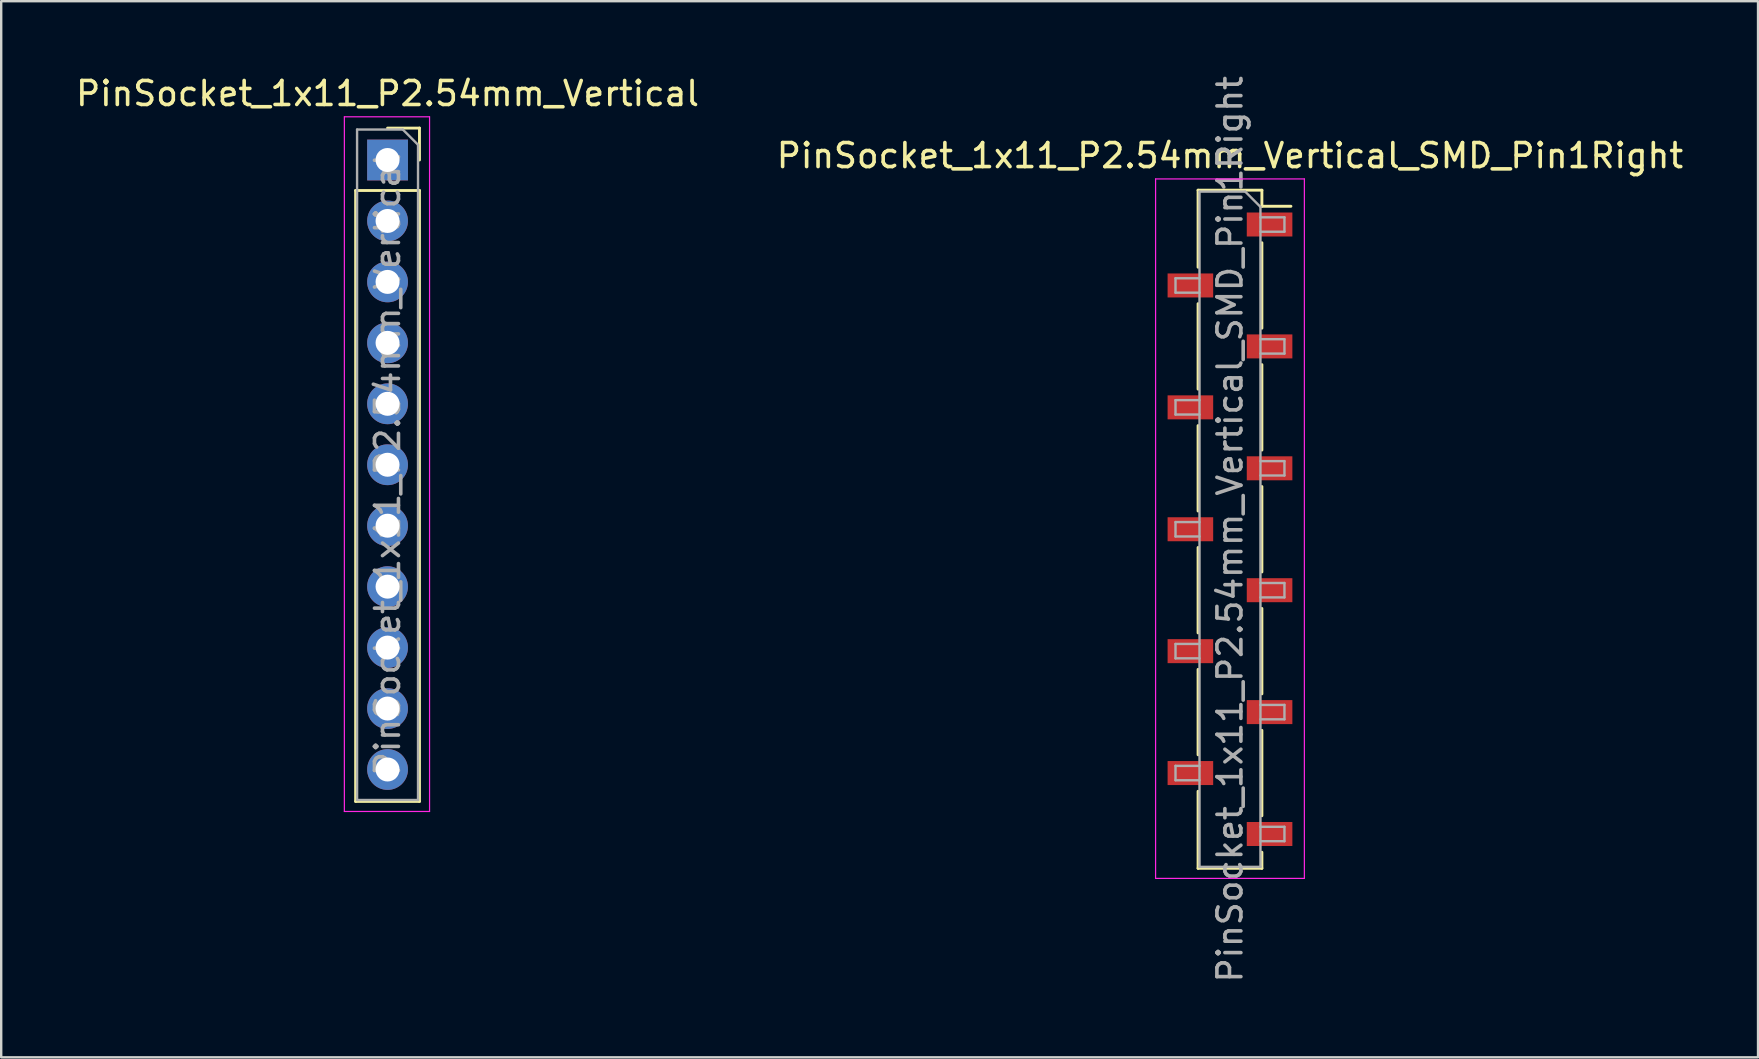
<source format=kicad_pcb>
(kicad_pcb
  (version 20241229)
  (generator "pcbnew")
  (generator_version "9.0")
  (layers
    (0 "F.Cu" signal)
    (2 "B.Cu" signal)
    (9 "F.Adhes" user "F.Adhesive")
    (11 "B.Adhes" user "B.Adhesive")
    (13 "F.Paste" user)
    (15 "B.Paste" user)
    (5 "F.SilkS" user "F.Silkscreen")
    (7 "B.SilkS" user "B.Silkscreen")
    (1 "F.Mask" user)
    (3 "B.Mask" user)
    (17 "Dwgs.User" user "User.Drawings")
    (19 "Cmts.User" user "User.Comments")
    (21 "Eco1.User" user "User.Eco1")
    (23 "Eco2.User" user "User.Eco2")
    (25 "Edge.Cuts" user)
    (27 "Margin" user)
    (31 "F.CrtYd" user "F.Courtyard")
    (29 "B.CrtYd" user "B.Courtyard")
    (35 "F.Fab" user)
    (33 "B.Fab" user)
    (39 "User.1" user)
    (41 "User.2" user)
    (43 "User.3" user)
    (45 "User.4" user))
  (footprint "PinSocket_1x11_P2.54mm_Vertical"
    (layer "F.Cu")
    (at 13.101 3.618)
    (property "Reference" "PinSocket_1x11_P2.54mm_Vertical" (at 0 -2.77 0) (layer "F.SilkS") (effects (font (size 1 1) (thickness 0.15))))
    (attr through_hole)
    (fp_line (start -1.33 1.27) (end -1.33 26.73) (stroke (width 0.12) (type solid)) (layer "F.SilkS"))
    (fp_line (start -1.33 1.27) (end 1.33 1.27) (stroke (width 0.12) (type solid)) (layer "F.SilkS"))
    (fp_line (start -1.33 26.73) (end 1.33 26.73) (stroke (width 0.12) (type solid)) (layer "F.SilkS"))
    (fp_line (start 0 -1.33) (end 1.33 -1.33) (stroke (width 0.12) (type solid)) (layer "F.SilkS"))
    (fp_line (start 1.33 -1.33) (end 1.33 0) (stroke (width 0.12) (type solid)) (layer "F.SilkS"))
    (fp_line (start 1.33 1.27) (end 1.33 26.73) (stroke (width 0.12) (type solid)) (layer "F.SilkS"))
    (fp_line (start -1.8 -1.8) (end 1.75 -1.8) (stroke (width 0.05) (type solid)) (layer "F.CrtYd"))
    (fp_line (start -1.8 27.15) (end -1.8 -1.8) (stroke (width 0.05) (type solid)) (layer "F.CrtYd"))
    (fp_line (start 1.75 -1.8) (end 1.75 27.15) (stroke (width 0.05) (type solid)) (layer "F.CrtYd"))
    (fp_line (start 1.75 27.15) (end -1.8 27.15) (stroke (width 0.05) (type solid)) (layer "F.CrtYd"))
    (fp_line (start -1.27 -1.27) (end 0.635 -1.27) (stroke (width 0.1) (type solid)) (layer "F.Fab"))
    (fp_line (start -1.27 26.67) (end -1.27 -1.27) (stroke (width 0.1) (type solid)) (layer "F.Fab"))
    (fp_line (start 0.635 -1.27) (end 1.27 -0.635) (stroke (width 0.1) (type solid)) (layer "F.Fab"))
    (fp_line (start 1.27 -0.635) (end 1.27 26.67) (stroke (width 0.1) (type solid)) (layer "F.Fab"))
    (fp_line (start 1.27 26.67) (end -1.27 26.67) (stroke (width 0.1) (type solid)) (layer "F.Fab"))
    (fp_text user "${REFERENCE}" (at 0 12.7 90) (layer "F.Fab") (effects (font (size 1 1) (thickness 0.15))))
    (pad "1" thru_hole rect (at 0 0) (size 1.7 1.7) (drill 1) (layers "*.Cu" "*.Mask"))
    (pad "2" thru_hole oval (at 0 2.54) (size 1.7 1.7) (drill 1) (layers "*.Cu" "*.Mask"))
    (pad "3" thru_hole oval (at 0 5.08) (size 1.7 1.7) (drill 1) (layers "*.Cu" "*.Mask"))
    (pad "4" thru_hole oval (at 0 7.62) (size 1.7 1.7) (drill 1) (layers "*.Cu" "*.Mask"))
    (pad "5" thru_hole oval (at 0 10.16) (size 1.7 1.7) (drill 1) (layers "*.Cu" "*.Mask"))
    (pad "6" thru_hole oval (at 0 12.7) (size 1.7 1.7) (drill 1) (layers "*.Cu" "*.Mask"))
    (pad "7" thru_hole oval (at 0 15.24) (size 1.7 1.7) (drill 1) (layers "*.Cu" "*.Mask"))
    (pad "8" thru_hole oval (at 0 17.78) (size 1.7 1.7) (drill 1) (layers "*.Cu" "*.Mask"))
    (pad "9" thru_hole oval (at 0 20.32) (size 1.7 1.7) (drill 1) (layers "*.Cu" "*.Mask"))
    (pad "10" thru_hole oval (at 0 22.86) (size 1.7 1.7) (drill 1) (layers "*.Cu" "*.Mask"))
    (pad "11" thru_hole oval (at 0 25.4) (size 1.7 1.7) (drill 1) (layers "*.Cu" "*.Mask")))
  (footprint "PinSocket_1x11_P2.54mm_Vertical_SMD_Pin1Right"
    (layer "F.Cu")
    (at 48.208 19.006)
    (property "Reference" "PinSocket_1x11_P2.54mm_Vertical_SMD_Pin1Right" (at 0 -15.57 0) (layer "F.SilkS") (effects (font (size 1 1) (thickness 0.15))))
    (attr smd)
    (fp_line (start -1.33 -14.13) (end -1.33 -10.92) (stroke (width 0.12) (type solid)) (layer "F.SilkS"))
    (fp_line (start -1.33 -14.13) (end 1.33 -14.13) (stroke (width 0.12) (type solid)) (layer "F.SilkS"))
    (fp_line (start -1.33 -9.4) (end -1.33 -5.84) (stroke (width 0.12) (type solid)) (layer "F.SilkS"))
    (fp_line (start -1.33 -4.32) (end -1.33 -0.76) (stroke (width 0.12) (type solid)) (layer "F.SilkS"))
    (fp_line (start -1.33 0.76) (end -1.33 4.32) (stroke (width 0.12) (type solid)) (layer "F.SilkS"))
    (fp_line (start -1.33 5.84) (end -1.33 9.4) (stroke (width 0.12) (type solid)) (layer "F.SilkS"))
    (fp_line (start -1.33 10.92) (end -1.33 14.13) (stroke (width 0.12) (type solid)) (layer "F.SilkS"))
    (fp_line (start -1.33 14.13) (end 1.33 14.13) (stroke (width 0.12) (type solid)) (layer "F.SilkS"))
    (fp_line (start 1.33 -14.13) (end 1.33 -13.46) (stroke (width 0.12) (type solid)) (layer "F.SilkS"))
    (fp_line (start 1.33 -13.46) (end 2.54 -13.46) (stroke (width 0.12) (type solid)) (layer "F.SilkS"))
    (fp_line (start 1.33 -11.94) (end 1.33 -8.38) (stroke (width 0.12) (type solid)) (layer "F.SilkS"))
    (fp_line (start 1.33 -6.86) (end 1.33 -3.3) (stroke (width 0.12) (type solid)) (layer "F.SilkS"))
    (fp_line (start 1.33 -1.78) (end 1.33 1.78) (stroke (width 0.12) (type solid)) (layer "F.SilkS"))
    (fp_line (start 1.33 3.3) (end 1.33 6.86) (stroke (width 0.12) (type solid)) (layer "F.SilkS"))
    (fp_line (start 1.33 8.38) (end 1.33 11.94) (stroke (width 0.12) (type solid)) (layer "F.SilkS"))
    (fp_line (start 1.33 13.46) (end 1.33 14.13) (stroke (width 0.12) (type solid)) (layer "F.SilkS"))
    (fp_line (start -3.1 -14.6) (end 3.1 -14.6) (stroke (width 0.05) (type solid)) (layer "F.CrtYd"))
    (fp_line (start -3.1 14.55) (end -3.1 -14.6) (stroke (width 0.05) (type solid)) (layer "F.CrtYd"))
    (fp_line (start 3.1 -14.6) (end 3.1 14.55) (stroke (width 0.05) (type solid)) (layer "F.CrtYd"))
    (fp_line (start 3.1 14.55) (end -3.1 14.55) (stroke (width 0.05) (type solid)) (layer "F.CrtYd"))
    (fp_line (start -2.27 -10.46) (end -1.27 -10.46) (stroke (width 0.1) (type solid)) (layer "F.Fab"))
    (fp_line (start -2.27 -9.86) (end -2.27 -10.46) (stroke (width 0.1) (type solid)) (layer "F.Fab"))
    (fp_line (start -2.27 -5.38) (end -1.27 -5.38) (stroke (width 0.1) (type solid)) (layer "F.Fab"))
    (fp_line (start -2.27 -4.78) (end -2.27 -5.38) (stroke (width 0.1) (type solid)) (layer "F.Fab"))
    (fp_line (start -2.27 -0.3) (end -1.27 -0.3) (stroke (width 0.1) (type solid)) (layer "F.Fab"))
    (fp_line (start -2.27 0.3) (end -2.27 -0.3) (stroke (width 0.1) (type solid)) (layer "F.Fab"))
    (fp_line (start -2.27 4.78) (end -1.27 4.78) (stroke (width 0.1) (type solid)) (layer "F.Fab"))
    (fp_line (start -2.27 5.38) (end -2.27 4.78) (stroke (width 0.1) (type solid)) (layer "F.Fab"))
    (fp_line (start -2.27 9.86) (end -1.27 9.86) (stroke (width 0.1) (type solid)) (layer "F.Fab"))
    (fp_line (start -2.27 10.46) (end -2.27 9.86) (stroke (width 0.1) (type solid)) (layer "F.Fab"))
    (fp_line (start -1.27 -14.07) (end 0.635 -14.07) (stroke (width 0.1) (type solid)) (layer "F.Fab"))
    (fp_line (start -1.27 -9.86) (end -2.27 -9.86) (stroke (width 0.1) (type solid)) (layer "F.Fab"))
    (fp_line (start -1.27 -4.78) (end -2.27 -4.78) (stroke (width 0.1) (type solid)) (layer "F.Fab"))
    (fp_line (start -1.27 0.3) (end -2.27 0.3) (stroke (width 0.1) (type solid)) (layer "F.Fab"))
    (fp_line (start -1.27 5.38) (end -2.27 5.38) (stroke (width 0.1) (type solid)) (layer "F.Fab"))
    (fp_line (start -1.27 10.46) (end -2.27 10.46) (stroke (width 0.1) (type solid)) (layer "F.Fab"))
    (fp_line (start -1.27 14.07) (end -1.27 -14.07) (stroke (width 0.1) (type solid)) (layer "F.Fab"))
    (fp_line (start 0.635 -14.07) (end 1.27 -13.435) (stroke (width 0.1) (type solid)) (layer "F.Fab"))
    (fp_line (start 1.27 -13.435) (end 1.27 14.07) (stroke (width 0.1) (type solid)) (layer "F.Fab"))
    (fp_line (start 1.27 -13) (end 2.27 -13) (stroke (width 0.1) (type solid)) (layer "F.Fab"))
    (fp_line (start 1.27 -7.92) (end 2.27 -7.92) (stroke (width 0.1) (type solid)) (layer "F.Fab"))
    (fp_line (start 1.27 -2.84) (end 2.27 -2.84) (stroke (width 0.1) (type solid)) (layer "F.Fab"))
    (fp_line (start 1.27 2.24) (end 2.27 2.24) (stroke (width 0.1) (type solid)) (layer "F.Fab"))
    (fp_line (start 1.27 7.32) (end 2.27 7.32) (stroke (width 0.1) (type solid)) (layer "F.Fab"))
    (fp_line (start 1.27 12.4) (end 2.27 12.4) (stroke (width 0.1) (type solid)) (layer "F.Fab"))
    (fp_line (start 1.27 14.07) (end -1.27 14.07) (stroke (width 0.1) (type solid)) (layer "F.Fab"))
    (fp_line (start 2.27 -13) (end 2.27 -12.4) (stroke (width 0.1) (type solid)) (layer "F.Fab"))
    (fp_line (start 2.27 -12.4) (end 1.27 -12.4) (stroke (width 0.1) (type solid)) (layer "F.Fab"))
    (fp_line (start 2.27 -7.92) (end 2.27 -7.32) (stroke (width 0.1) (type solid)) (layer "F.Fab"))
    (fp_line (start 2.27 -7.32) (end 1.27 -7.32) (stroke (width 0.1) (type solid)) (layer "F.Fab"))
    (fp_line (start 2.27 -2.84) (end 2.27 -2.24) (stroke (width 0.1) (type solid)) (layer "F.Fab"))
    (fp_line (start 2.27 -2.24) (end 1.27 -2.24) (stroke (width 0.1) (type solid)) (layer "F.Fab"))
    (fp_line (start 2.27 2.24) (end 2.27 2.84) (stroke (width 0.1) (type solid)) (layer "F.Fab"))
    (fp_line (start 2.27 2.84) (end 1.27 2.84) (stroke (width 0.1) (type solid)) (layer "F.Fab"))
    (fp_line (start 2.27 7.32) (end 2.27 7.92) (stroke (width 0.1) (type solid)) (layer "F.Fab"))
    (fp_line (start 2.27 7.92) (end 1.27 7.92) (stroke (width 0.1) (type solid)) (layer "F.Fab"))
    (fp_line (start 2.27 12.4) (end 2.27 13) (stroke (width 0.1) (type solid)) (layer "F.Fab"))
    (fp_line (start 2.27 13) (end 1.27 13) (stroke (width 0.1) (type solid)) (layer "F.Fab"))
    (fp_text user "${REFERENCE}" (at 0 0 90) (layer "F.Fab") (effects (font (size 1 1) (thickness 0.15))))
    (pad "1" smd rect (at 1.65 -12.7) (size 1.9 1) (layers "F.Cu" "F.Mask" "F.Paste"))
    (pad "2" smd rect (at -1.65 -10.16) (size 1.9 1) (layers "F.Cu" "F.Mask" "F.Paste"))
    (pad "3" smd rect (at 1.65 -7.62) (size 1.9 1) (layers "F.Cu" "F.Mask" "F.Paste"))
    (pad "4" smd rect (at -1.65 -5.08) (size 1.9 1) (layers "F.Cu" "F.Mask" "F.Paste"))
    (pad "5" smd rect (at 1.65 -2.54) (size 1.9 1) (layers "F.Cu" "F.Mask" "F.Paste"))
    (pad "6" smd rect (at -1.65 0) (size 1.9 1) (layers "F.Cu" "F.Mask" "F.Paste"))
    (pad "7" smd rect (at 1.65 2.54) (size 1.9 1) (layers "F.Cu" "F.Mask" "F.Paste"))
    (pad "8" smd rect (at -1.65 5.08) (size 1.9 1) (layers "F.Cu" "F.Mask" "F.Paste"))
    (pad "9" smd rect (at 1.65 7.62) (size 1.9 1) (layers "F.Cu" "F.Mask" "F.Paste"))
    (pad "10" smd rect (at -1.65 10.16) (size 1.9 1) (layers "F.Cu" "F.Mask" "F.Paste"))
    (pad "11" smd rect (at 1.65 12.7) (size 1.9 1) (layers "F.Cu" "F.Mask" "F.Paste")))
  (gr_rect
    (start -3 -3)
    (end 70.214 41.012)
    (stroke (width 0.1) (type default))
    (fill no)
    (layer "Edge.Cuts")))
</source>
